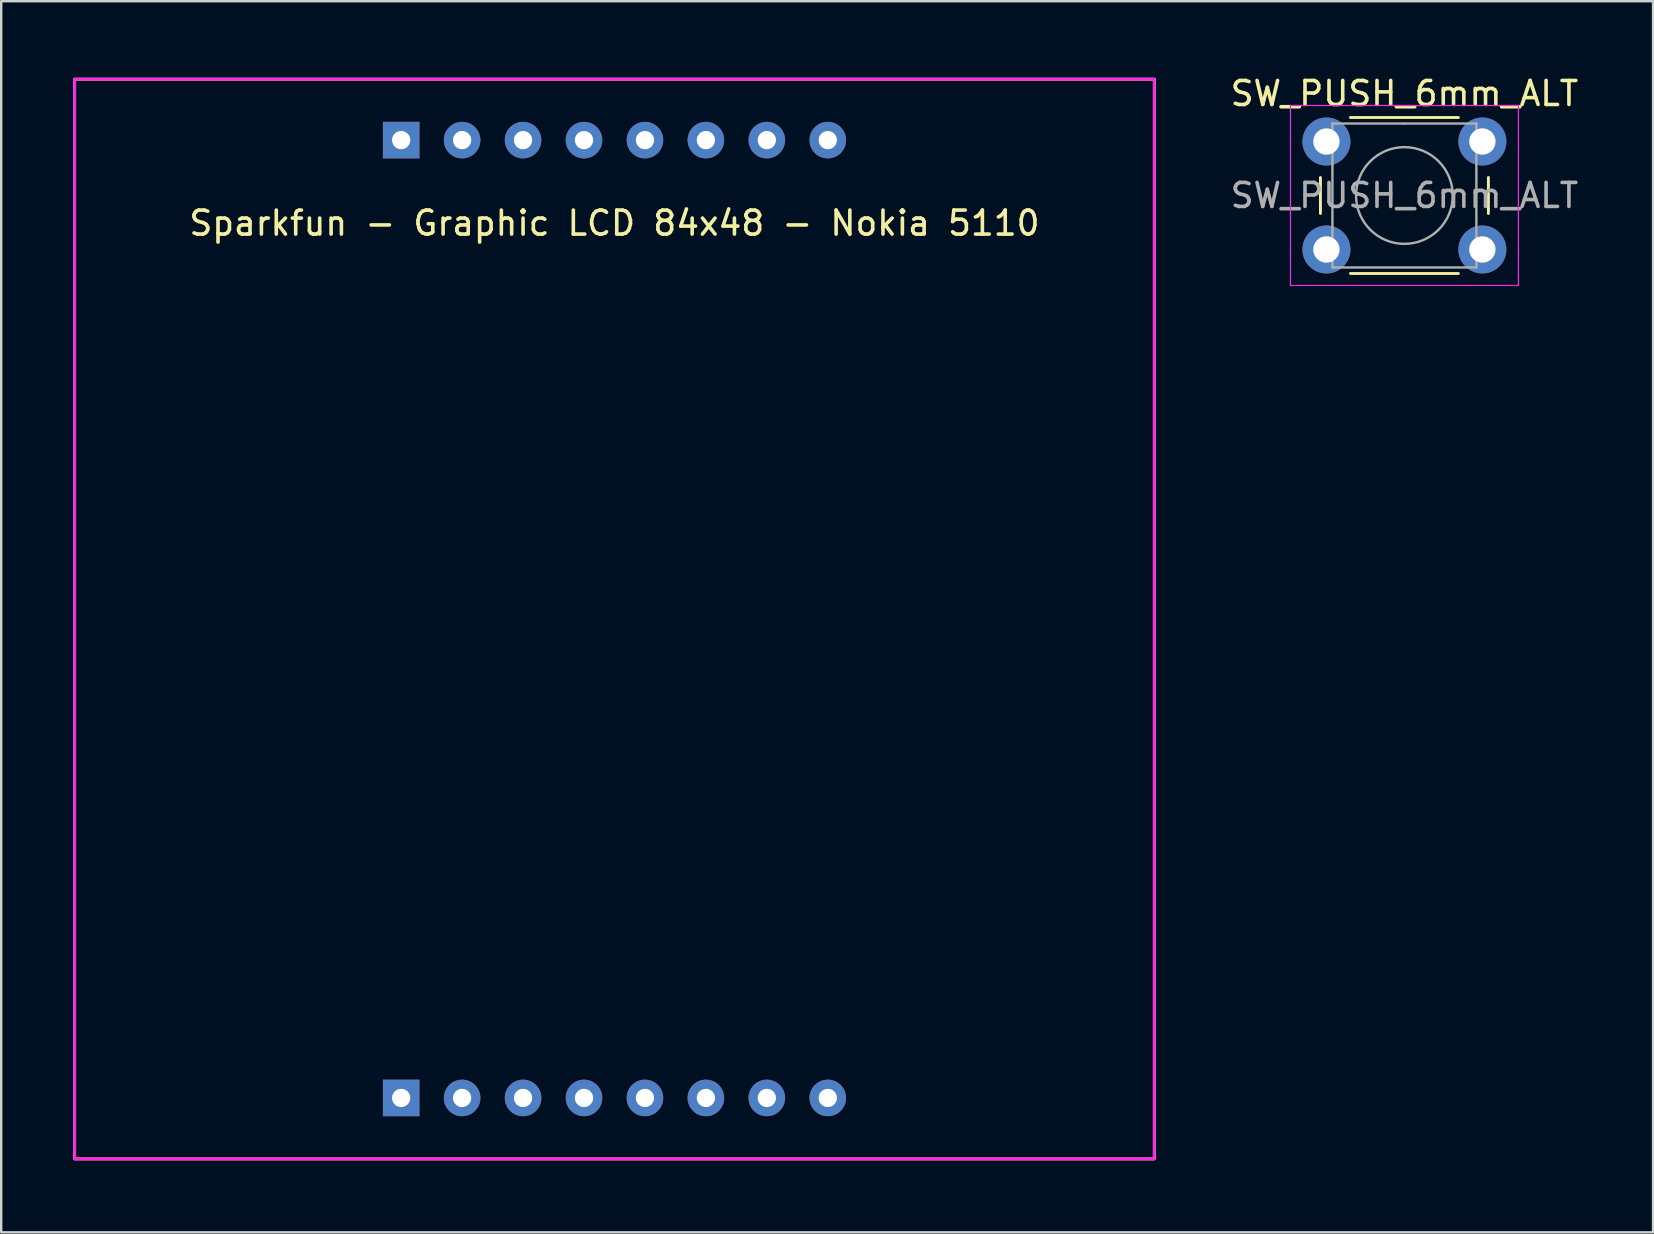
<source format=kicad_pcb>
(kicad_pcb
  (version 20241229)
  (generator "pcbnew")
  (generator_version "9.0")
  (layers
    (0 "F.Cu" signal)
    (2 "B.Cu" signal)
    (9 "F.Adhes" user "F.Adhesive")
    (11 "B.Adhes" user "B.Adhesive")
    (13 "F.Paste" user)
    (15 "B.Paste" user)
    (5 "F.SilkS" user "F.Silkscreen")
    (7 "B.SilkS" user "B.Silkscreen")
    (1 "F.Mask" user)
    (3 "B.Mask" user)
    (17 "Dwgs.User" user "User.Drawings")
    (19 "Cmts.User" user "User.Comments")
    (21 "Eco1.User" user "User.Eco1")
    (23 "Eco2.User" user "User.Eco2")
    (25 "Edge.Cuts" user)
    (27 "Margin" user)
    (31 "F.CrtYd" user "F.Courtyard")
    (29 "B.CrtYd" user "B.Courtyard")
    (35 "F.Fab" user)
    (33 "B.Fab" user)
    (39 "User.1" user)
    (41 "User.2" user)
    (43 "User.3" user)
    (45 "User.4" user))
  (footprint "Sparkfun - Graphic LCD 84x48 - Nokia 5110"
    (layer "F.Cu")
    (at 22.56 0.25)
    (property "Reference" "Sparkfun - Graphic LCD 84x48 - Nokia 5110" (at 0 6 0) (layer "F.SilkS") (effects (font (size 1 1) (thickness 0.15))))
    (attr through_hole)
    (fp_rect (start -22.5 0) (end 22.5 45) (stroke (width 0.12) (type solid)) (fill no) (layer "F.SilkS"))
    (fp_rect (start -22.5 0) (end 22.5 45) (stroke (width 0.12) (type solid)) (fill no) (layer "F.CrtYd"))
    (pad "1" thru_hole rect (at -8.89 2.54) (size 1.524 1.524) (drill 0.762) (layers "*.Cu" "*.Mask"))
    (pad "1" thru_hole rect (at -8.89 42.46) (size 1.524 1.524) (drill 0.762) (layers "*.Cu" "*.Mask"))
    (pad "2" thru_hole circle (at -6.35 2.54) (size 1.524 1.524) (drill 0.762) (layers "*.Cu" "*.Mask"))
    (pad "2" thru_hole circle (at -6.35 42.46) (size 1.524 1.524) (drill 0.762) (layers "*.Cu" "*.Mask"))
    (pad "3" thru_hole circle (at -3.81 2.54) (size 1.524 1.524) (drill 0.762) (layers "*.Cu" "*.Mask"))
    (pad "3" thru_hole circle (at -3.81 42.46) (size 1.524 1.524) (drill 0.762) (layers "*.Cu" "*.Mask"))
    (pad "4" thru_hole circle (at -1.27 2.54) (size 1.524 1.524) (drill 0.762) (layers "*.Cu" "*.Mask"))
    (pad "4" thru_hole circle (at -1.27 42.46) (size 1.524 1.524) (drill 0.762) (layers "*.Cu" "*.Mask"))
    (pad "5" thru_hole circle (at 1.27 2.54) (size 1.524 1.524) (drill 0.762) (layers "*.Cu" "*.Mask"))
    (pad "5" thru_hole circle (at 1.27 42.46) (size 1.524 1.524) (drill 0.762) (layers "*.Cu" "*.Mask"))
    (pad "6" thru_hole circle (at 3.81 2.54) (size 1.524 1.524) (drill 0.762) (layers "*.Cu" "*.Mask"))
    (pad "6" thru_hole circle (at 3.81 42.46) (size 1.524 1.524) (drill 0.762) (layers "*.Cu" "*.Mask"))
    (pad "7" thru_hole circle (at 6.35 2.54) (size 1.524 1.524) (drill 0.762) (layers "*.Cu" "*.Mask"))
    (pad "7" thru_hole circle (at 6.35 42.46) (size 1.524 1.524) (drill 0.762) (layers "*.Cu" "*.Mask"))
    (pad "8" thru_hole circle (at 8.89 2.54) (size 1.524 1.524) (drill 0.762) (layers "*.Cu" "*.Mask"))
    (pad "8" thru_hole circle (at 8.89 42.46) (size 1.524 1.524) (drill 0.762) (layers "*.Cu" "*.Mask")))
  (footprint "SW_PUSH_6mm_ALT"
    (layer "F.Cu")
    (at 52.233 2.848)
    (property "Reference" "SW_PUSH_6mm_ALT" (at 3.25 -2 0) (layer "F.SilkS") (effects (font (size 1 1) (thickness 0.15))))
    (attr through_hole)
    (fp_line (start -0.25 1.5) (end -0.25 3) (stroke (width 0.12) (type solid)) (layer "F.SilkS"))
    (fp_line (start 1 5.5) (end 5.5 5.5) (stroke (width 0.12) (type solid)) (layer "F.SilkS"))
    (fp_line (start 5.5 -1) (end 1 -1) (stroke (width 0.12) (type solid)) (layer "F.SilkS"))
    (fp_line (start 6.75 3) (end 6.75 1.5) (stroke (width 0.12) (type solid)) (layer "F.SilkS"))
    (fp_line (start -1.5 -1.5) (end -1.25 -1.5) (stroke (width 0.05) (type solid)) (layer "F.CrtYd"))
    (fp_line (start -1.5 -1.25) (end -1.5 -1.5) (stroke (width 0.05) (type solid)) (layer "F.CrtYd"))
    (fp_line (start -1.5 5.75) (end -1.5 -1.25) (stroke (width 0.05) (type solid)) (layer "F.CrtYd"))
    (fp_line (start -1.5 5.75) (end -1.5 6) (stroke (width 0.05) (type solid)) (layer "F.CrtYd"))
    (fp_line (start -1.5 6) (end -1.25 6) (stroke (width 0.05) (type solid)) (layer "F.CrtYd"))
    (fp_line (start -1.25 -1.5) (end 7.75 -1.5) (stroke (width 0.05) (type solid)) (layer "F.CrtYd"))
    (fp_line (start 7.75 -1.5) (end 8 -1.5) (stroke (width 0.05) (type solid)) (layer "F.CrtYd"))
    (fp_line (start 7.75 6) (end -1.25 6) (stroke (width 0.05) (type solid)) (layer "F.CrtYd"))
    (fp_line (start 7.75 6) (end 8 6) (stroke (width 0.05) (type solid)) (layer "F.CrtYd"))
    (fp_line (start 8 -1.5) (end 8 -1.25) (stroke (width 0.05) (type solid)) (layer "F.CrtYd"))
    (fp_line (start 8 -1.25) (end 8 5.75) (stroke (width 0.05) (type solid)) (layer "F.CrtYd"))
    (fp_line (start 8 6) (end 8 5.75) (stroke (width 0.05) (type solid)) (layer "F.CrtYd"))
    (fp_line (start 0.25 -0.75) (end 3.25 -0.75) (stroke (width 0.1) (type solid)) (layer "F.Fab"))
    (fp_line (start 0.25 5.25) (end 0.25 -0.75) (stroke (width 0.1) (type solid)) (layer "F.Fab"))
    (fp_line (start 3.25 -0.75) (end 6.25 -0.75) (stroke (width 0.1) (type solid)) (layer "F.Fab"))
    (fp_line (start 6.25 -0.75) (end 6.25 5.25) (stroke (width 0.1) (type solid)) (layer "F.Fab"))
    (fp_line (start 6.25 5.25) (end 0.25 5.25) (stroke (width 0.1) (type solid)) (layer "F.Fab"))
    (fp_circle (center 3.25 2.25) (end 1.25 2.5) (stroke (width 0.1) (type solid)) (fill no) (layer "F.Fab"))
    (fp_text user "${REFERENCE}" (at 3.25 2.25 0) (layer "F.Fab") (effects (font (size 1 1) (thickness 0.15))))
    (pad "1" thru_hole circle (at 0 0 90) (size 2 2) (drill 1.1) (layers "*.Cu" "*.Mask"))
    (pad "2" thru_hole circle (at 6.5 0 90) (size 2 2) (drill 1.1) (layers "*.Cu" "*.Mask"))
    (pad "3" thru_hole circle (at 0 4.5 90) (size 2 2) (drill 1.1) (layers "*.Cu" "*.Mask"))
    (pad "4" thru_hole circle (at 6.5 4.5 90) (size 2 2) (drill 1.1) (layers "*.Cu" "*.Mask")))
  (gr_rect
    (start -3 -3)
    (end 65.846 48.31)
    (stroke (width 0.1) (type default))
    (fill no)
    (layer "Edge.Cuts")))
</source>
